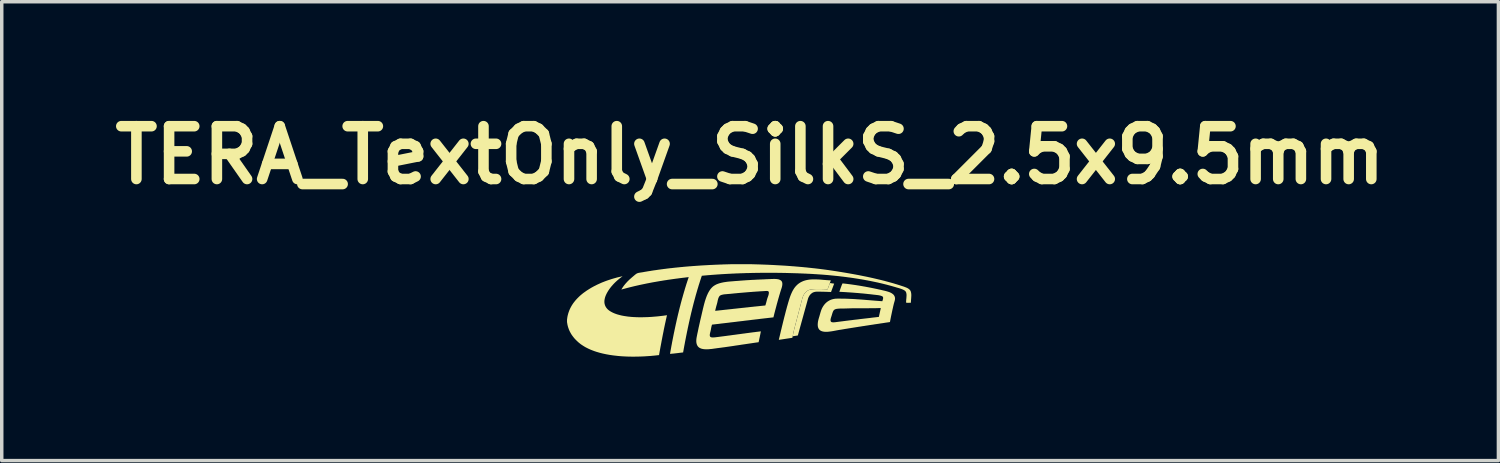
<source format=kicad_pcb>
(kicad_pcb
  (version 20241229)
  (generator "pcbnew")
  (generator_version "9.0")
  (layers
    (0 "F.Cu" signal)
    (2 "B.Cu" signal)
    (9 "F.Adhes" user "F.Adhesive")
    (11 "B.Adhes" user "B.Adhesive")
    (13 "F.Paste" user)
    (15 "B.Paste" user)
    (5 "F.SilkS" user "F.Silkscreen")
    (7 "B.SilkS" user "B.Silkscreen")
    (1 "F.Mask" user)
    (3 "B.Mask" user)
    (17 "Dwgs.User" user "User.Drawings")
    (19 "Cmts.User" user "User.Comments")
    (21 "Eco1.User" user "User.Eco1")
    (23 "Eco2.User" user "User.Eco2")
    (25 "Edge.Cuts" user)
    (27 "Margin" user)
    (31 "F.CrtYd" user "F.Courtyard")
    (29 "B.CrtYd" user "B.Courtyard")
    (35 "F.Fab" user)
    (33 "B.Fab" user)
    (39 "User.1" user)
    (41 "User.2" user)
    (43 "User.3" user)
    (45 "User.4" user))
  (footprint "TERA_TextOnly_SilkS_2.5x9.5mm"
    (layer "F.Cu")
    (at 18.593 5.886)
    (property "Reference" "TERA_TextOnly_SilkS_2.5x9.5mm" (at 0 -4.46 0) (layer "F.SilkS") (effects (font (size 1.524 1.524) (thickness 0.305))))
    (attr smd)
    (fp_poly (pts (xy 1.253 0.648) (xy 1.278 0.544) (xy 1.49 -0.259) (xy 1.493 -0.27) (xy 1.5 -0.299) (xy 1.511 -0.338) (xy 1.515 -0.35) (xy 1.52 -0.366) (xy 1.528 -0.386) (xy 1.538 -0.408) (xy 1.55 -0.432) (xy 1.566 -0.457) (xy 1.584 -0.482) (xy 1.606 -0.506) (xy 1.631 -0.529) (xy 1.66 -0.549) (xy 1.694 -0.566) (xy 1.732 -0.579) (xy 1.774 -0.586) (xy 1.817 -0.59) (xy 1.861 -0.593) (xy 1.906 -0.595) (xy 1.951 -0.596) (xy 1.995 -0.596) (xy 2.038 -0.595) (xy 2.078 -0.594) (xy 2.116 -0.593) (xy 2.15 -0.591) (xy 2.179 -0.59) (xy 2.203 -0.588) (xy 2.221 -0.587) (xy 2.232 -0.586) (xy 2.236 -0.586) (xy 2.303 -0.769) (xy 2.426 -0.752) (xy 2.336 -0.51) (xy 2.331 -0.51) (xy 2.318 -0.511) (xy 2.296 -0.512) (xy 2.269 -0.513) (xy 2.235 -0.514) (xy 2.196 -0.516) (xy 2.154 -0.517) (xy 2.108 -0.518) (xy 2.061 -0.519) (xy 2.012 -0.52) (xy 1.964 -0.52) (xy 1.916 -0.52) (xy 1.872 -0.515) (xy 1.833 -0.504) (xy 1.799 -0.488) (xy 1.77 -0.467) (xy 1.745 -0.444) (xy 1.724 -0.42) (xy 1.708 -0.395) (xy 1.695 -0.372) (xy 1.685 -0.352) (xy 1.678 -0.336) (xy 1.675 -0.325) (xy 1.673 -0.322) (xy 1.378 0.744) (xy 1.23 0.767) (xy 1.253 0.648) (xy 1.253 0.648)) (stroke (width 0) (type solid)) (fill yes) (layer "F.SilkS"))
    (fp_poly (pts (xy 1.22 0.811) (xy 0.829 0.87) (xy 0.829 0.868) (xy 0.831 0.862) (xy 0.833 0.852) (xy 0.836 0.839) (xy 0.84 0.822) (xy 0.845 0.802) (xy 0.851 0.778) (xy 0.857 0.752) (xy 0.864 0.724) (xy 0.871 0.693) (xy 0.879 0.659) (xy 0.887 0.624) (xy 0.896 0.587) (xy 0.906 0.548) (xy 0.915 0.508) (xy 0.925 0.467) (xy 0.936 0.424) (xy 0.946 0.381) (xy 0.957 0.337) (xy 0.968 0.293) (xy 0.979 0.249) (xy 0.99 0.205) (xy 1.002 0.161) (xy 1.013 0.117) (xy 1.024 0.074) (xy 1.035 0.032) (xy 1.046 -0.009) (xy 1.057 -0.049) (xy 1.067 -0.088) (xy 1.078 -0.125) (xy 1.088 -0.16) (xy 1.097 -0.193) (xy 1.108 -0.228) (xy 1.118 -0.263) (xy 1.129 -0.297) (xy 1.14 -0.331) (xy 1.151 -0.365) (xy 1.163 -0.397) (xy 1.175 -0.429) (xy 1.188 -0.46) (xy 1.202 -0.491) (xy 1.216 -0.521) (xy 1.231 -0.55) (xy 1.247 -0.577) (xy 1.264 -0.605) (xy 1.282 -0.631) (xy 1.301 -0.656) (xy 1.321 -0.679) (xy 1.342 -0.701) (xy 1.364 -0.722) (xy 1.387 -0.742) (xy 1.412 -0.76) (xy 1.437 -0.777) (xy 1.464 -0.793) (xy 1.492 -0.807) (xy 1.521 -0.82) (xy 1.551 -0.832) (xy 1.583 -0.842) (xy 1.615 -0.851) (xy 1.65 -0.858) (xy 1.685 -0.864) (xy 1.722 -0.869) (xy 1.76 -0.872) (xy 1.795 -0.874) (xy 1.83 -0.875) (xy 1.864 -0.875) (xy 1.898 -0.875) (xy 1.932 -0.873) (xy 1.966 -0.872) (xy 1.999 -0.87) (xy 2.032 -0.868) (xy 2.065 -0.865) (xy 2.098 -0.862) (xy 2.131 -0.859) (xy 2.164 -0.857) (xy 2.197 -0.854) (xy 2.23 -0.852) (xy 2.263 -0.849) (xy 2.296 -0.848) (xy 2.329 -0.846) (xy 2.321 -0.82) (xy 2.311 -0.795) (xy 2.303 -0.769) (xy 2.236 -0.586) (xy 2.232 -0.586) (xy 2.221 -0.587) (xy 2.203 -0.588) (xy 2.179 -0.59) (xy 2.15 -0.591) (xy 2.116 -0.593) (xy 2.078 -0.594) (xy 2.038 -0.595) (xy 1.995 -0.596) (xy 1.951 -0.596) (xy 1.906 -0.595) (xy 1.861 -0.593) (xy 1.817 -0.59) (xy 1.774 -0.586) (xy 1.732 -0.579) (xy 1.694 -0.566) (xy 1.66 -0.549) (xy 1.631 -0.529) (xy 1.606 -0.506) (xy 1.584 -0.482) (xy 1.566 -0.457) (xy 1.55 -0.432) (xy 1.538 -0.408) (xy 1.528 -0.386) (xy 1.52 -0.366) (xy 1.515 -0.35) (xy 1.511 -0.338) (xy 1.5 -0.299) (xy 1.493 -0.27) (xy 1.49 -0.259) (xy 1.278 0.544) (xy 1.253 0.648) (xy 1.23 0.767) (xy 1.223 0.795) (xy 1.22 0.811)) (stroke (width 0) (type solid)) (fill yes) (layer "F.SilkS"))
    (fp_poly (pts (xy -2.398 0.159) (xy -2.405 0.192) (xy -2.413 0.225) (xy -2.42 0.258) (xy -2.428 0.292) (xy -2.435 0.325) (xy -2.442 0.358) (xy -2.45 0.392) (xy -2.457 0.425) (xy -2.464 0.459) (xy -2.471 0.492) (xy -2.478 0.526) (xy -2.485 0.559) (xy -2.492 0.593) (xy -2.498 0.627) (xy -2.505 0.661) (xy -2.512 0.695) (xy -2.519 0.729) (xy -2.525 0.762) (xy -2.532 0.796) (xy -2.538 0.831) (xy -2.545 0.865) (xy -2.552 0.899) (xy -2.558 0.933) (xy -2.564 0.967) (xy -2.571 1.001) (xy -2.577 1.035) (xy -2.584 1.07) (xy -2.59 1.104) (xy -2.596 1.138) (xy -2.602 1.173) (xy -2.609 1.207) (xy -2.615 1.241) (xy -2.621 1.276) (xy -2.627 1.31) (xy -2.664 1.314) (xy -2.701 1.318) (xy -2.738 1.322) (xy -2.775 1.326) (xy -2.812 1.329) (xy -2.85 1.333) (xy -2.887 1.336) (xy -2.924 1.338) (xy -2.962 1.341) (xy -2.999 1.343) (xy -3.037 1.346) (xy -3.074 1.348) (xy -3.111 1.349) (xy -3.149 1.351) (xy -3.186 1.352) (xy -3.224 1.353) (xy -3.261 1.354) (xy -3.298 1.354) (xy -3.336 1.355) (xy -3.373 1.355) (xy -3.41 1.355) (xy -3.447 1.354) (xy -3.484 1.353) (xy -3.521 1.353) (xy -3.557 1.351) (xy -3.594 1.35) (xy -3.63 1.348) (xy -3.666 1.346) (xy -3.703 1.344) (xy -3.739 1.341) (xy -3.774 1.338) (xy -3.81 1.335) (xy -3.845 1.331) (xy -3.88 1.327) (xy -3.915 1.323) (xy -3.95 1.319) (xy -3.985 1.314) (xy -4.019 1.309) (xy -4.053 1.304) (xy -4.087 1.298) (xy -4.12 1.292) (xy -4.153 1.286) (xy -4.186 1.279) (xy -4.219 1.272) (xy -4.251 1.265) (xy -4.283 1.257) (xy -4.315 1.249) (xy -4.346 1.241) (xy -4.377 1.232) (xy -4.407 1.223) (xy -4.438 1.214) (xy -4.467 1.204) (xy -4.497 1.194) (xy -4.526 1.183) (xy -4.555 1.172) (xy -4.583 1.161) (xy -4.61 1.15) (xy -4.638 1.137) (xy -4.665 1.125) (xy -4.691 1.112) (xy -4.717 1.099) (xy -4.743 1.086) (xy -4.767 1.072) (xy -4.792 1.057) (xy -4.816 1.042) (xy -4.839 1.027) (xy -4.862 1.012) (xy -4.885 0.996) (xy -4.907 0.979) (xy -4.928 0.962) (xy -4.949 0.945) (xy -4.972 0.924) (xy -4.995 0.903) (xy -5.017 0.881) (xy -5.039 0.859) (xy -5.061 0.836) (xy -5.081 0.812) (xy -5.101 0.787) (xy -5.12 0.762) (xy -5.139 0.736) (xy -5.157 0.709) (xy -5.173 0.682) (xy -5.189 0.653) (xy -5.204 0.624) (xy -5.218 0.594) (xy -5.231 0.562) (xy -5.242 0.53) (xy -5.253 0.498) (xy -5.262 0.464) (xy -5.27 0.429) (xy -5.276 0.393) (xy -5.282 0.357) (xy -5.282 0.289) (xy -5.277 0.251) (xy -5.272 0.214) (xy -5.265 0.178) (xy -5.256 0.143) (xy -5.247 0.109) (xy -5.236 0.075) (xy -5.224 0.042) (xy -5.212 0.01) (xy -5.198 -0.021) (xy -5.183 -0.052) (xy -5.167 -0.082) (xy -5.151 -0.111) (xy -5.133 -0.14) (xy -5.115 -0.168) (xy -5.096 -0.195) (xy -5.076 -0.221) (xy -5.055 -0.247) (xy -5.034 -0.273) (xy -5.012 -0.297) (xy -4.99 -0.321) (xy -4.967 -0.344) (xy -4.944 -0.367) (xy -4.921 -0.389) (xy -4.897 -0.411) (xy -4.872 -0.432) (xy -4.848 -0.452) (xy -4.823 -0.472) (xy -4.798 -0.491) (xy -4.772 -0.509) (xy -4.747 -0.527) (xy -4.722 -0.545) (xy -4.696 -0.562) (xy -4.669 -0.579) (xy -4.641 -0.597) (xy -4.613 -0.614) (xy -4.585 -0.631) (xy -4.556 -0.647) (xy -4.527 -0.663) (xy -4.498 -0.679) (xy -4.468 -0.694) (xy -4.438 -0.709) (xy -4.408 -0.724) (xy -4.377 -0.738) (xy -4.346 -0.752) (xy -4.315 -0.766) (xy -4.284 -0.78) (xy -4.252 -0.793) (xy -4.22 -0.805) (xy -4.188 -0.818) (xy -4.155 -0.83) (xy -4.122 -0.842) (xy -4.089 -0.853) (xy -4.056 -0.864) (xy -4.023 -0.875) (xy -3.989 -0.886) (xy -3.955 -0.896) (xy -3.921 -0.906) (xy -3.887 -0.915) (xy -3.853 -0.925) (xy -3.818 -0.934) (xy -3.783 -0.942) (xy -3.748 -0.95) (xy -3.713 -0.958) (xy -3.678 -0.966) (xy -3.705 -0.946) (xy -3.731 -0.926) (xy -3.757 -0.906) (xy -3.783 -0.885) (xy -3.808 -0.864) (xy -3.834 -0.842) (xy -3.858 -0.82) (xy -3.883 -0.797) (xy -3.907 -0.774) (xy -3.93 -0.75) (xy -3.953 -0.726) (xy -3.975 -0.701) (xy -3.997 -0.676) (xy -4.018 -0.65) (xy -4.039 -0.623) (xy -4.059 -0.596) (xy -4.078 -0.568) (xy -4.097 -0.539) (xy -4.114 -0.51) (xy -4.129 -0.484) (xy -4.144 -0.455) (xy -4.158 -0.425) (xy -4.171 -0.394) (xy -4.182 -0.362) (xy -4.191 -0.329) (xy -4.198 -0.295) (xy -4.203 -0.261) (xy -4.204 -0.226) (xy -4.202 -0.192) (xy -4.195 -0.158) (xy -4.185 -0.125) (xy -4.172 -0.096) (xy -4.156 -0.068) (xy -4.137 -0.042) (xy -4.116 -0.018) (xy -4.092 0.004) (xy -4.067 0.024) (xy -4.04 0.042) (xy -4.011 0.059) (xy -3.982 0.075) (xy -3.957 0.087) (xy -3.931 0.099) (xy -3.904 0.11) (xy -3.877 0.12) (xy -3.849 0.13) (xy -3.82 0.139) (xy -3.79 0.147) (xy -3.76 0.155) (xy -3.729 0.163) (xy -3.698 0.17) (xy -3.666 0.176) (xy -3.634 0.182) (xy -3.601 0.187) (xy -3.567 0.192) (xy -3.534 0.197) (xy -3.499 0.201) (xy -3.465 0.204) (xy -3.43 0.208) (xy -3.395 0.21) (xy -3.359 0.213) (xy -3.323 0.214) (xy -3.287 0.216) (xy -3.251 0.217) (xy -3.215 0.218) (xy -3.178 0.218) (xy -3.141 0.218) (xy -3.105 0.218) (xy -3.068 0.217) (xy -3.031 0.216) (xy -2.994 0.215) (xy -2.958 0.214) (xy -2.921 0.212) (xy -2.884 0.21) (xy -2.848 0.208) (xy -2.811 0.205) (xy -2.775 0.202) (xy -2.739 0.199) (xy -2.704 0.196) (xy -2.668 0.193) (xy -2.633 0.189) (xy -2.598 0.185) (xy -2.564 0.181) (xy -2.53 0.177) (xy -2.496 0.173) (xy -2.463 0.168) (xy -2.43 0.164) (xy -2.398 0.159)) (stroke (width 0) (type solid)) (fill yes) (layer "F.SilkS"))
    (fp_poly (pts (xy 4.182 -0.339) (xy 3.716 0.208) (xy 3.723 0.176) (xy 3.73 0.144) (xy 3.737 0.113) (xy 3.744 0.081) (xy 3.751 0.049) (xy 3.758 0.017) (xy 3.765 -0.015) (xy 3.771 -0.048) (xy 3.738 -0.047) (xy 3.704 -0.046) (xy 3.671 -0.045) (xy 3.637 -0.044) (xy 3.602 -0.044) (xy 3.568 -0.043) (xy 3.533 -0.043) (xy 3.498 -0.043) (xy 3.462 -0.043) (xy 3.427 -0.042) (xy 3.391 -0.042) (xy 3.356 -0.042) (xy 3.32 -0.042) (xy 3.284 -0.042) (xy 3.248 -0.042) (xy 3.212 -0.042) (xy 3.176 -0.042) (xy 3.14 -0.042) (xy 3.104 -0.042) (xy 3.068 -0.042) (xy 3.032 -0.042) (xy 2.996 -0.041) (xy 2.96 -0.041) (xy 2.925 -0.04) (xy 2.889 -0.039) (xy 2.854 -0.038) (xy 2.819 -0.037) (xy 2.784 -0.036) (xy 2.749 -0.035) (xy 2.714 -0.034) (xy 2.679 -0.033) (xy 2.644 -0.033) (xy 2.609 -0.033) (xy 2.575 -0.032) (xy 2.543 -0.029) (xy 2.512 -0.026) (xy 2.484 -0.021) (xy 2.458 -0.013) (xy 2.436 -0.002) (xy 2.417 0.014) (xy 2.401 0.036) (xy 2.388 0.064) (xy 2.377 0.095) (xy 2.367 0.127) (xy 2.358 0.159) (xy 2.349 0.187) (xy 2.338 0.219) (xy 2.328 0.253) (xy 2.321 0.287) (xy 2.322 0.318) (xy 2.332 0.344) (xy 2.349 0.357) (xy 2.374 0.363) (xy 2.404 0.365) (xy 2.436 0.363) (xy 2.467 0.36) (xy 2.494 0.356) (xy 2.529 0.352) (xy 2.565 0.347) (xy 2.6 0.343) (xy 2.635 0.338) (xy 2.67 0.334) (xy 2.705 0.329) (xy 2.74 0.325) (xy 2.775 0.32) (xy 2.811 0.316) (xy 2.846 0.311) (xy 2.881 0.307) (xy 2.916 0.303) (xy 2.951 0.299) (xy 2.985 0.294) (xy 3.02 0.29) (xy 3.055 0.286) (xy 3.09 0.282) (xy 3.125 0.278) (xy 3.16 0.273) (xy 3.195 0.269) (xy 3.229 0.265) (xy 3.264 0.261) (xy 3.299 0.257) (xy 3.334 0.253) (xy 3.369 0.249) (xy 3.403 0.245) (xy 3.438 0.241) (xy 3.473 0.237) (xy 3.508 0.232) (xy 3.542 0.228) (xy 3.577 0.224) (xy 3.612 0.22) (xy 3.647 0.216) (xy 3.681 0.212) (xy 3.716 0.208) (xy 3.716 0.208) (xy 4.182 -0.339) (xy 4.182 -0.309) (xy 4.178 -0.28) (xy 4.171 -0.251) (xy 4.162 -0.221) (xy 4.154 -0.193) (xy 4.146 -0.164) (xy 4.139 -0.132) (xy 4.131 -0.101) (xy 4.124 -0.068) (xy 4.117 -0.036) (xy 4.109 -0.003) (xy 4.102 0.03) (xy 4.095 0.063) (xy 4.088 0.096) (xy 4.081 0.129) (xy 4.074 0.162) (xy 4.067 0.195) (xy 4.061 0.227) (xy 4.054 0.26) (xy 4.048 0.292) (xy 4.042 0.325) (xy 4.036 0.356) (xy 4.001 0.362) (xy 3.966 0.367) (xy 3.931 0.372) (xy 3.896 0.377) (xy 3.862 0.383) (xy 3.827 0.388) (xy 3.792 0.393) (xy 3.757 0.398) (xy 3.723 0.404) (xy 3.688 0.409) (xy 3.654 0.414) (xy 3.619 0.419) (xy 3.584 0.424) (xy 3.55 0.43) (xy 3.515 0.435) (xy 3.481 0.44) (xy 3.446 0.445) (xy 3.412 0.451) (xy 3.377 0.456) (xy 3.343 0.461) (xy 3.308 0.467) (xy 3.274 0.472) (xy 3.239 0.477) (xy 3.204 0.483) (xy 3.17 0.488) (xy 3.135 0.493) (xy 3.101 0.499) (xy 3.066 0.504) (xy 3.031 0.51) (xy 2.997 0.515) (xy 2.962 0.521) (xy 2.927 0.526) (xy 2.893 0.532) (xy 2.858 0.537) (xy 2.823 0.543) (xy 2.788 0.549) (xy 2.753 0.554) (xy 2.718 0.56) (xy 2.683 0.566) (xy 2.648 0.572) (xy 2.613 0.578) (xy 2.578 0.583) (xy 2.542 0.589) (xy 2.516 0.594) (xy 2.488 0.599) (xy 2.459 0.605) (xy 2.43 0.61) (xy 2.399 0.616) (xy 2.368 0.621) (xy 2.337 0.626) (xy 2.305 0.63) (xy 2.274 0.634) (xy 2.243 0.637) (xy 2.212 0.638) (xy 2.182 0.638) (xy 2.153 0.637) (xy 2.125 0.634) (xy 2.099 0.629) (xy 2.074 0.622) (xy 2.051 0.613) (xy 2.029 0.601) (xy 2.01 0.587) (xy 1.993 0.57) (xy 1.979 0.55) (xy 1.968 0.526) (xy 1.959 0.5) (xy 1.954 0.47) (xy 1.952 0.436) (xy 1.953 0.403) (xy 1.956 0.37) (xy 1.961 0.336) (xy 1.968 0.304) (xy 1.976 0.272) (xy 1.985 0.241) (xy 1.994 0.211) (xy 2.003 0.182) (xy 2.012 0.148) (xy 2.022 0.115) (xy 2.031 0.082) (xy 2.041 0.051) (xy 2.051 0.02) (xy 2.062 -0.009) (xy 2.075 -0.039) (xy 2.09 -0.067) (xy 2.106 -0.094) (xy 2.123 -0.12) (xy 2.142 -0.145) (xy 2.162 -0.169) (xy 2.184 -0.191) (xy 2.207 -0.212) (xy 2.231 -0.231) (xy 2.257 -0.248) (xy 2.284 -0.264) (xy 2.312 -0.278) (xy 2.342 -0.29) (xy 2.373 -0.3) (xy 2.405 -0.308) (xy 2.439 -0.314) (xy 2.474 -0.318) (xy 2.51 -0.319) (xy 2.547 -0.32) (xy 2.584 -0.32) (xy 2.621 -0.319) (xy 2.657 -0.319) (xy 2.694 -0.318) (xy 2.73 -0.318) (xy 2.766 -0.317) (xy 2.801 -0.316) (xy 2.837 -0.314) (xy 2.872 -0.313) (xy 2.907 -0.311) (xy 2.942 -0.31) (xy 2.977 -0.308) (xy 3.012 -0.306) (xy 3.046 -0.304) (xy 3.081 -0.301) (xy 3.115 -0.299) (xy 3.149 -0.297) (xy 3.183 -0.294) (xy 3.217 -0.292) (xy 3.251 -0.289) (xy 3.284 -0.287) (xy 3.318 -0.284) (xy 3.351 -0.281) (xy 3.385 -0.278) (xy 3.418 -0.276) (xy 3.452 -0.273) (xy 3.485 -0.27) (xy 3.518 -0.267) (xy 3.551 -0.265) (xy 3.584 -0.262) (xy 3.618 -0.259) (xy 3.651 -0.257) (xy 3.684 -0.254) (xy 3.717 -0.252) (xy 3.75 -0.249) (xy 3.783 -0.247) (xy 3.816 -0.245) (xy 3.825 -0.272) (xy 3.834 -0.302) (xy 3.84 -0.334) (xy 3.836 -0.364) (xy 3.825 -0.379) (xy 3.805 -0.391) (xy 3.779 -0.401) (xy 3.747 -0.41) (xy 3.712 -0.417) (xy 3.676 -0.422) (xy 3.639 -0.426) (xy 3.606 -0.43) (xy 3.575 -0.433) (xy 3.551 -0.436) (xy 3.517 -0.44) (xy 3.483 -0.444) (xy 3.449 -0.448) (xy 3.415 -0.451) (xy 3.38 -0.455) (xy 3.345 -0.459) (xy 3.311 -0.462) (xy 3.276 -0.466) (xy 3.241 -0.469) (xy 3.205 -0.472) (xy 3.17 -0.475) (xy 3.135 -0.479) (xy 3.099 -0.482) (xy 3.064 -0.484) (xy 3.029 -0.487) (xy 2.993 -0.49) (xy 2.958 -0.493) (xy 2.923 -0.495) (xy 2.887 -0.498) (xy 2.852 -0.5) (xy 2.817 -0.502) (xy 2.782 -0.505) (xy 2.747 -0.507) (xy 2.712 -0.509) (xy 2.678 -0.511) (xy 2.643 -0.513) (xy 2.609 -0.515) (xy 2.575 -0.516) (xy 2.586 -0.547) (xy 2.598 -0.579) (xy 2.609 -0.612) (xy 2.621 -0.645) (xy 2.633 -0.677) (xy 2.644 -0.707) (xy 2.656 -0.735) (xy 2.669 -0.759) (xy 2.704 -0.755) (xy 2.739 -0.751) (xy 2.774 -0.747) (xy 2.809 -0.743) (xy 2.844 -0.738) (xy 2.879 -0.734) (xy 2.915 -0.729) (xy 2.95 -0.724) (xy 2.985 -0.719) (xy 3.02 -0.714) (xy 3.055 -0.709) (xy 3.09 -0.703) (xy 3.125 -0.698) (xy 3.16 -0.692) (xy 3.195 -0.686) (xy 3.229 -0.68) (xy 3.264 -0.674) (xy 3.299 -0.668) (xy 3.333 -0.662) (xy 3.368 -0.655) (xy 3.402 -0.649) (xy 3.436 -0.642) (xy 3.471 -0.636) (xy 3.505 -0.629) (xy 3.539 -0.622) (xy 3.573 -0.615) (xy 3.606 -0.608) (xy 3.64 -0.601) (xy 3.674 -0.594) (xy 3.707 -0.586) (xy 3.74 -0.579) (xy 3.773 -0.572) (xy 3.806 -0.564) (xy 3.839 -0.556) (xy 3.871 -0.549) (xy 3.901 -0.542) (xy 3.932 -0.534) (xy 3.963 -0.525) (xy 3.995 -0.515) (xy 4.026 -0.504) (xy 4.055 -0.491) (xy 4.083 -0.476) (xy 4.108 -0.459) (xy 4.131 -0.441) (xy 4.15 -0.419) (xy 4.165 -0.395) (xy 4.176 -0.368) (xy 4.182 -0.339)) (stroke (width 0) (type solid)) (fill yes) (layer "F.SilkS"))
    (fp_poly (pts (xy 0.923 -0.798) (xy 0.496 -0.319) (xy 0.503 -0.34) (xy 0.513 -0.368) (xy 0.525 -0.401) (xy 0.535 -0.436) (xy 0.541 -0.47) (xy 0.542 -0.5) (xy 0.535 -0.523) (xy 0.513 -0.537) (xy 0.481 -0.541) (xy 0.441 -0.539) (xy 0.408 -0.537) (xy 0.374 -0.535) (xy 0.34 -0.533) (xy 0.306 -0.531) (xy 0.271 -0.529) (xy 0.237 -0.526) (xy 0.202 -0.524) (xy 0.168 -0.522) (xy 0.133 -0.519) (xy 0.098 -0.517) (xy 0.063 -0.514) (xy 0.027 -0.511) (xy -0.008 -0.509) (xy -0.043 -0.506) (xy -0.079 -0.503) (xy -0.114 -0.5) (xy -0.149 -0.497) (xy -0.185 -0.494) (xy -0.22 -0.491) (xy -0.255 -0.488) (xy -0.29 -0.485) (xy -0.325 -0.482) (xy -0.361 -0.479) (xy -0.395 -0.475) (xy -0.43 -0.472) (xy -0.465 -0.469) (xy -0.499 -0.465) (xy -0.534 -0.462) (xy -0.568 -0.458) (xy -0.598 -0.456) (xy -0.631 -0.453) (xy -0.666 -0.45) (xy -0.702 -0.447) (xy -0.737 -0.444) (xy -0.771 -0.439) (xy -0.803 -0.432) (xy -0.832 -0.424) (xy -0.856 -0.413) (xy -0.875 -0.4) (xy -0.893 -0.378) (xy -0.907 -0.351) (xy -0.919 -0.32) (xy -0.928 -0.287) (xy -0.936 -0.254) (xy -0.942 -0.222) (xy -0.949 -0.193) (xy -0.958 -0.16) (xy -0.967 -0.128) (xy -0.976 -0.097) (xy -0.984 -0.065) (xy -0.992 -0.034) (xy -1 -0.001) (xy -1.008 0.033) (xy -0.973 0.029) (xy -0.939 0.026) (xy -0.904 0.022) (xy -0.87 0.018) (xy -0.835 0.015) (xy -0.801 0.011) (xy -0.766 0.007) (xy -0.732 0.003) (xy -0.698 -0.000445) (xy -0.663 -0.004) (xy -0.629 -0.008) (xy -0.594 -0.012) (xy -0.56 -0.015) (xy -0.525 -0.019) (xy -0.491 -0.023) (xy -0.456 -0.027) (xy -0.422 -0.03) (xy -0.388 -0.034) (xy -0.353 -0.038) (xy -0.319 -0.042) (xy -0.284 -0.045) (xy -0.25 -0.049) (xy -0.215 -0.053) (xy -0.181 -0.056) (xy -0.146 -0.06) (xy -0.112 -0.064) (xy -0.077 -0.067) (xy -0.043 -0.071) (xy -0.008 -0.075) (xy 0.026 -0.079) (xy 0.061 -0.082) (xy 0.095 -0.086) (xy 0.13 -0.09) (xy 0.164 -0.093) (xy 0.199 -0.097) (xy 0.233 -0.1) (xy 0.268 -0.104) (xy 0.303 -0.108) (xy 0.337 -0.111) (xy 0.372 -0.115) (xy 0.406 -0.118) (xy 0.441 -0.122) (xy 0.451 -0.155) (xy 0.46 -0.187) (xy 0.469 -0.218) (xy 0.477 -0.25) (xy 0.486 -0.283) (xy 0.496 -0.319) (xy 0.923 -0.798) (xy 0.93 -0.767) (xy 0.931 -0.734) (xy 0.928 -0.701) (xy 0.921 -0.666) (xy 0.912 -0.632) (xy 0.901 -0.598) (xy 0.89 -0.566) (xy 0.881 -0.536) (xy 0.871 -0.505) (xy 0.862 -0.473) (xy 0.852 -0.44) (xy 0.842 -0.408) (xy 0.833 -0.374) (xy 0.823 -0.341) (xy 0.813 -0.307) (xy 0.804 -0.273) (xy 0.794 -0.239) (xy 0.785 -0.204) (xy 0.775 -0.17) (xy 0.766 -0.136) (xy 0.757 -0.101) (xy 0.748 -0.067) (xy 0.739 -0.034) (xy 0.73 -0.000036) (xy 0.721 0.033) (xy 0.713 0.066) (xy 0.704 0.098) (xy 0.696 0.13) (xy 0.689 0.161) (xy 0.681 0.191) (xy 0.674 0.221) (xy 0.639 0.225) (xy 0.604 0.229) (xy 0.569 0.233) (xy 0.534 0.237) (xy 0.5 0.241) (xy 0.465 0.245) (xy 0.43 0.249) (xy 0.395 0.253) (xy 0.361 0.257) (xy 0.326 0.261) (xy 0.291 0.265) (xy 0.256 0.27) (xy 0.222 0.274) (xy 0.187 0.278) (xy 0.152 0.282) (xy 0.117 0.286) (xy 0.083 0.29) (xy 0.048 0.294) (xy 0.013 0.299) (xy -0.021 0.303) (xy -0.056 0.307) (xy -0.091 0.311) (xy -0.126 0.315) (xy -0.16 0.319) (xy -0.195 0.324) (xy -0.23 0.328) (xy -0.264 0.332) (xy -0.299 0.336) (xy -0.334 0.34) (xy -0.368 0.344) (xy -0.403 0.349) (xy -0.438 0.353) (xy -0.472 0.357) (xy -0.507 0.361) (xy -0.542 0.365) (xy -0.577 0.369) (xy -0.611 0.374) (xy -0.646 0.378) (xy -0.681 0.382) (xy -0.715 0.386) (xy -0.75 0.39) (xy -0.785 0.394) (xy -0.82 0.398) (xy -0.854 0.402) (xy -0.889 0.407) (xy -0.924 0.411) (xy -0.959 0.415) (xy -0.994 0.419) (xy -1.028 0.423) (xy -1.063 0.427) (xy -1.098 0.431) (xy -1.108 0.462) (xy -1.116 0.495) (xy -1.123 0.528) (xy -1.129 0.564) (xy -1.137 0.602) (xy -1.143 0.628) (xy -1.151 0.658) (xy -1.158 0.691) (xy -1.163 0.723) (xy -1.162 0.752) (xy -1.153 0.777) (xy -1.136 0.791) (xy -1.109 0.799) (xy -1.077 0.801) (xy -1.042 0.8) (xy -1.008 0.797) (xy -0.978 0.793) (xy -0.944 0.789) (xy -0.909 0.785) (xy -0.875 0.78) (xy -0.84 0.776) (xy -0.805 0.771) (xy -0.77 0.767) (xy -0.735 0.762) (xy -0.7 0.758) (xy -0.665 0.753) (xy -0.63 0.748) (xy -0.594 0.744) (xy -0.559 0.739) (xy -0.523 0.734) (xy -0.488 0.729) (xy -0.453 0.725) (xy -0.417 0.72) (xy -0.382 0.715) (xy -0.346 0.71) (xy -0.311 0.706) (xy -0.276 0.701) (xy -0.24 0.696) (xy -0.205 0.691) (xy -0.17 0.687) (xy -0.135 0.682) (xy -0.1 0.677) (xy -0.065 0.673) (xy -0.03 0.668) (xy 0.005 0.663) (xy 0.039 0.659) (xy 0.074 0.654) (xy 0.108 0.65) (xy 0.143 0.646) (xy 0.177 0.641) (xy 0.211 0.637) (xy 0.245 0.633) (xy 0.278 0.629) (xy 0.312 0.625) (xy 0.305 0.657) (xy 0.299 0.688) (xy 0.293 0.719) (xy 0.286 0.751) (xy 0.28 0.782) (xy 0.273 0.813) (xy 0.266 0.844) (xy 0.26 0.876) (xy 0.253 0.907) (xy 0.247 0.938) (xy 0.214 0.943) (xy 0.181 0.947) (xy 0.147 0.952) (xy 0.114 0.957) (xy 0.08 0.962) (xy 0.047 0.967) (xy 0.013 0.972) (xy -0.021 0.977) (xy -0.055 0.982) (xy -0.089 0.987) (xy -0.123 0.992) (xy -0.157 0.997) (xy -0.192 1.002) (xy -0.226 1.007) (xy -0.261 1.012) (xy -0.295 1.018) (xy -0.33 1.023) (xy -0.365 1.028) (xy -0.399 1.033) (xy -0.434 1.038) (xy -0.469 1.044) (xy -0.503 1.049) (xy -0.538 1.054) (xy -0.573 1.059) (xy -0.608 1.064) (xy -0.643 1.069) (xy -0.677 1.074) (xy -0.712 1.079) (xy -0.747 1.084) (xy -0.782 1.088) (xy -0.816 1.093) (xy -0.851 1.098) (xy -0.886 1.102) (xy -0.92 1.107) (xy -0.949 1.11) (xy -0.979 1.115) (xy -1.01 1.119) (xy -1.041 1.123) (xy -1.073 1.128) (xy -1.104 1.132) (xy -1.136 1.135) (xy -1.168 1.138) (xy -1.199 1.141) (xy -1.23 1.142) (xy -1.261 1.143) (xy -1.29 1.142) (xy -1.319 1.14) (xy -1.347 1.137) (xy -1.374 1.132) (xy -1.4 1.126) (xy -1.424 1.117) (xy -1.446 1.107) (xy -1.467 1.095) (xy -1.486 1.08) (xy -1.503 1.063) (xy -1.517 1.043) (xy -1.529 1.02) (xy -1.539 0.995) (xy -1.546 0.967) (xy -1.551 0.935) (xy -1.552 0.902) (xy -1.551 0.869) (xy -1.548 0.837) (xy -1.543 0.804) (xy -1.537 0.773) (xy -1.531 0.742) (xy -1.525 0.712) (xy -1.518 0.677) (xy -1.51 0.643) (xy -1.503 0.609) (xy -1.496 0.575) (xy -1.489 0.541) (xy -1.482 0.507) (xy -1.474 0.474) (xy -1.467 0.44) (xy -1.459 0.407) (xy -1.452 0.374) (xy -1.444 0.34) (xy -1.437 0.306) (xy -1.429 0.273) (xy -1.421 0.239) (xy -1.413 0.205) (xy -1.405 0.171) (xy -1.397 0.136) (xy -1.389 0.101) (xy -1.381 0.067) (xy -1.373 0.033) (xy -1.365 -0.001) (xy -1.357 -0.036) (xy -1.348 -0.071) (xy -1.34 -0.105) (xy -1.331 -0.14) (xy -1.322 -0.175) (xy -1.312 -0.209) (xy -1.303 -0.243) (xy -1.292 -0.276) (xy -1.281 -0.31) (xy -1.27 -0.342) (xy -1.258 -0.374) (xy -1.246 -0.406) (xy -1.232 -0.436) (xy -1.219 -0.466) (xy -1.204 -0.495) (xy -1.188 -0.523) (xy -1.172 -0.55) (xy -1.155 -0.575) (xy -1.137 -0.6) (xy -1.117 -0.623) (xy -1.097 -0.644) (xy -1.076 -0.664) (xy -1.053 -0.682) (xy -1.029 -0.698) (xy -1.003 -0.713) (xy -0.977 -0.727) (xy -0.949 -0.739) (xy -0.92 -0.75) (xy -0.89 -0.76) (xy -0.859 -0.769) (xy -0.828 -0.777) (xy -0.795 -0.784) (xy -0.762 -0.791) (xy -0.728 -0.796) (xy -0.694 -0.801) (xy -0.659 -0.806) (xy -0.624 -0.81) (xy -0.588 -0.813) (xy -0.552 -0.816) (xy -0.515 -0.819) (xy -0.479 -0.822) (xy -0.442 -0.825) (xy -0.405 -0.828) (xy -0.368 -0.83) (xy -0.332 -0.833) (xy -0.297 -0.836) (xy -0.262 -0.839) (xy -0.227 -0.841) (xy -0.193 -0.844) (xy -0.158 -0.846) (xy -0.124 -0.849) (xy -0.089 -0.851) (xy -0.055 -0.853) (xy -0.02 -0.855) (xy 0.014 -0.857) (xy 0.048 -0.859) (xy 0.083 -0.861) (xy 0.117 -0.862) (xy 0.152 -0.864) (xy 0.186 -0.866) (xy 0.221 -0.868) (xy 0.256 -0.869) (xy 0.29 -0.871) (xy 0.325 -0.872) (xy 0.36 -0.874) (xy 0.395 -0.875) (xy 0.431 -0.877) (xy 0.466 -0.879) (xy 0.502 -0.88) (xy 0.537 -0.882) (xy 0.573 -0.883) (xy 0.609 -0.885) (xy 0.643 -0.886) (xy 0.677 -0.887) (xy 0.712 -0.887) (xy 0.747 -0.886) (xy 0.781 -0.882) (xy 0.814 -0.877) (xy 0.843 -0.868) (xy 0.87 -0.856) (xy 0.892 -0.841) (xy 0.91 -0.822) (xy 0.923 -0.798)) (stroke (width 0) (type solid)) (fill yes) (layer "F.SilkS"))
    (fp_poly (pts (xy 4.628 -0.546) (xy 4.638 -0.521) (xy 4.645 -0.493) (xy 4.65 -0.462) (xy 4.652 -0.43) (xy 4.652 -0.397) (xy 4.65 -0.363) (xy 4.648 -0.328) (xy 4.645 -0.294) (xy 4.643 -0.261) (xy 4.641 -0.229) (xy 4.641 -0.2) (xy 4.606 -0.2) (xy 4.569 -0.199) (xy 4.534 -0.199) (xy 4.502 -0.203) (xy 4.502 -0.232) (xy 4.504 -0.263) (xy 4.506 -0.296) (xy 4.51 -0.329) (xy 4.512 -0.362) (xy 4.514 -0.395) (xy 4.515 -0.427) (xy 4.512 -0.456) (xy 4.507 -0.484) (xy 4.499 -0.508) (xy 4.486 -0.529) (xy 4.469 -0.546) (xy 4.447 -0.561) (xy 4.422 -0.575) (xy 4.392 -0.588) (xy 4.361 -0.6) (xy 4.328 -0.611) (xy 4.295 -0.622) (xy 4.262 -0.631) (xy 4.23 -0.64) (xy 4.201 -0.649) (xy 4.17 -0.658) (xy 4.139 -0.667) (xy 4.108 -0.676) (xy 4.077 -0.685) (xy 4.046 -0.693) (xy 4.014 -0.702) (xy 3.983 -0.71) (xy 3.951 -0.719) (xy 3.919 -0.727) (xy 3.887 -0.735) (xy 3.855 -0.743) (xy 3.822 -0.751) (xy 3.79 -0.759) (xy 3.757 -0.767) (xy 3.724 -0.774) (xy 3.692 -0.782) (xy 3.659 -0.789) (xy 3.625 -0.796) (xy 3.592 -0.803) (xy 3.559 -0.81) (xy 3.525 -0.817) (xy 3.492 -0.824) (xy 3.458 -0.831) (xy 3.424 -0.837) (xy 3.39 -0.844) (xy 3.356 -0.85) (xy 3.322 -0.856) (xy 3.288 -0.863) (xy 3.253 -0.869) (xy 3.219 -0.875) (xy 3.184 -0.88) (xy 3.149 -0.886) (xy 3.115 -0.892) (xy 3.08 -0.897) (xy 3.045 -0.903) (xy 3.01 -0.908) (xy 2.975 -0.914) (xy 2.939 -0.919) (xy 2.904 -0.924) (xy 2.869 -0.929) (xy 2.833 -0.933) (xy 2.798 -0.938) (xy 2.762 -0.943) (xy 2.726 -0.947) (xy 2.69 -0.952) (xy 2.655 -0.956) (xy 2.619 -0.96) (xy 2.583 -0.965) (xy 2.547 -0.969) (xy 2.511 -0.973) (xy 2.474 -0.976) (xy 2.438 -0.98) (xy 2.402 -0.984) (xy 2.365 -0.987) (xy 2.329 -0.991) (xy 2.293 -0.994) (xy 2.256 -0.998) (xy 2.219 -1.001) (xy 2.183 -1.004) (xy 2.146 -1.007) (xy 2.11 -1.01) (xy 2.073 -1.013) (xy 2.036 -1.015) (xy 1.999 -1.018) (xy 1.962 -1.02) (xy 1.926 -1.023) (xy 1.889 -1.025) (xy 1.852 -1.027) (xy 1.815 -1.03) (xy 1.778 -1.032) (xy 1.741 -1.034) (xy 1.705 -1.036) (xy 1.67 -1.037) (xy 1.634 -1.039) (xy 1.599 -1.041) (xy 1.563 -1.042) (xy 1.528 -1.044) (xy 1.492 -1.045) (xy 1.456 -1.047) (xy 1.421 -1.048) (xy 1.385 -1.05) (xy 1.349 -1.051) (xy 1.313 -1.052) (xy 1.277 -1.053) (xy 1.242 -1.054) (xy 1.206 -1.055) (xy 1.17 -1.056) (xy 1.134 -1.057) (xy 1.098 -1.058) (xy 1.062 -1.059) (xy 1.026 -1.06) (xy 0.99 -1.061) (xy 0.954 -1.061) (xy 0.917 -1.062) (xy 0.881 -1.062) (xy 0.845 -1.063) (xy 0.809 -1.063) (xy 0.773 -1.064) (xy 0.737 -1.064) (xy 0.701 -1.064) (xy 0.665 -1.065) (xy 0.629 -1.065) (xy 0.593 -1.065) (xy 0.557 -1.065) (xy 0.52 -1.065) (xy 0.484 -1.065) (xy 0.448 -1.065) (xy 0.412 -1.065) (xy 0.376 -1.064) (xy 0.34 -1.064) (xy 0.304 -1.064) (xy 0.268 -1.063) (xy 0.232 -1.063) (xy 0.197 -1.063) (xy 0.161 -1.062) (xy 0.125 -1.061) (xy 0.089 -1.061) (xy 0.053 -1.06) (xy 0.018 -1.059) (xy -0.018 -1.058) (xy -0.054 -1.057) (xy -0.089 -1.057) (xy -0.125 -1.056) (xy -0.161 -1.054) (xy -0.196 -1.053) (xy -0.231 -1.052) (xy -0.267 -1.051) (xy -0.302 -1.05) (xy -0.337 -1.048) (xy -0.373 -1.047) (xy -0.408 -1.046) (xy -0.443 -1.044) (xy -0.478 -1.042) (xy -0.513 -1.041) (xy -0.548 -1.039) (xy -0.582 -1.037) (xy -0.617 -1.036) (xy -0.652 -1.034) (xy -0.686 -1.032) (xy -0.721 -1.03) (xy -0.755 -1.028) (xy -0.79 -1.026) (xy -0.824 -1.024) (xy -0.858 -1.022) (xy -0.892 -1.019) (xy -0.926 -1.017) (xy -0.96 -1.015) (xy -0.994 -1.012) (xy -1.028 -1.01) (xy -1.062 -1.007) (xy -1.095 -1.005) (xy -1.128 -1.002) (xy -1.162 -0.999) (xy -1.195 -0.997) (xy -1.228 -0.994) (xy -1.261 -0.991) (xy -1.294 -0.988) (xy -1.327 -0.985) (xy -1.36 -0.982) (xy -1.392 -0.979) (xy -1.403 -0.947) (xy -1.414 -0.916) (xy -1.424 -0.884) (xy -1.435 -0.852) (xy -1.445 -0.82) (xy -1.455 -0.788) (xy -1.465 -0.756) (xy -1.476 -0.723) (xy -1.486 -0.691) (xy -1.495 -0.659) (xy -1.505 -0.626) (xy -1.515 -0.594) (xy -1.525 -0.561) (xy -1.534 -0.528) (xy -1.544 -0.495) (xy -1.553 -0.463) (xy -1.563 -0.43) (xy -1.572 -0.397) (xy -1.581 -0.363) (xy -1.59 -0.33) (xy -1.599 -0.297) (xy -1.608 -0.264) (xy -1.617 -0.23) (xy -1.626 -0.197) (xy -1.635 -0.163) (xy -1.643 -0.129) (xy -1.652 -0.096) (xy -1.66 -0.062) (xy -1.669 -0.028) (xy -1.677 0.006) (xy -1.685 0.04) (xy -1.694 0.074) (xy -1.702 0.108) (xy -1.71 0.143) (xy -1.718 0.177) (xy -1.726 0.211) (xy -1.734 0.246) (xy -1.742 0.28) (xy -1.749 0.315) (xy -1.757 0.349) (xy -1.765 0.384) (xy -1.772 0.419) (xy -1.78 0.454) (xy -1.787 0.489) (xy -1.795 0.523) (xy -1.802 0.558) (xy -1.809 0.593) (xy -1.817 0.629) (xy -1.824 0.664) (xy -1.831 0.699) (xy -1.838 0.734) (xy -1.845 0.769) (xy -1.852 0.805) (xy -1.859 0.84) (xy -1.866 0.876) (xy -1.873 0.911) (xy -1.88 0.947) (xy -1.886 0.982) (xy -1.893 1.018) (xy -1.9 1.054) (xy -1.906 1.089) (xy -1.913 1.125) (xy -1.919 1.161) (xy -1.926 1.197) (xy -1.932 1.233) (xy -1.966 1.237) (xy -2.001 1.241) (xy -2.035 1.245) (xy -2.07 1.25) (xy -2.106 1.254) (xy -2.141 1.258) (xy -2.175 1.262) (xy -2.21 1.266) (xy -2.244 1.269) (xy -2.278 1.272) (xy -2.31 1.275) (xy -2.304 1.239) (xy -2.298 1.203) (xy -2.291 1.167) (xy -2.285 1.131) (xy -2.278 1.095) (xy -2.272 1.059) (xy -2.265 1.023) (xy -2.258 0.988) (xy -2.252 0.952) (xy -2.245 0.916) (xy -2.238 0.881) (xy -2.231 0.845) (xy -2.224 0.81) (xy -2.217 0.775) (xy -2.21 0.739) (xy -2.203 0.704) (xy -2.196 0.669) (xy -2.188 0.634) (xy -2.181 0.599) (xy -2.174 0.564) (xy -2.166 0.529) (xy -2.159 0.494) (xy -2.151 0.459) (xy -2.144 0.424) (xy -2.136 0.389) (xy -2.128 0.355) (xy -2.121 0.32) (xy -2.113 0.286) (xy -2.105 0.251) (xy -2.097 0.217) (xy -2.089 0.182) (xy -2.081 0.148) (xy -2.073 0.114) (xy -2.064 0.08) (xy -2.056 0.046) (xy -2.048 0.012) (xy -2.039 -0.022) (xy -2.031 -0.056) (xy -2.022 -0.09) (xy -2.013 -0.123) (xy -2.005 -0.157) (xy -1.996 -0.191) (xy -1.987 -0.224) (xy -1.978 -0.257) (xy -1.969 -0.291) (xy -1.96 -0.324) (xy -1.95 -0.357) (xy -1.941 -0.39) (xy -1.932 -0.423) (xy -1.922 -0.456) (xy -1.913 -0.489) (xy -1.903 -0.522) (xy -1.893 -0.554) (xy -1.884 -0.587) (xy -1.874 -0.62) (xy -1.864 -0.652) (xy -1.854 -0.684) (xy -1.844 -0.717) (xy -1.834 -0.749) (xy -1.823 -0.781) (xy -1.813 -0.813) (xy -1.802 -0.845) (xy -1.792 -0.877) (xy -1.781 -0.908) (xy -1.77 -0.94) (xy -1.807 -0.936) (xy -1.843 -0.932) (xy -1.879 -0.927) (xy -1.915 -0.923) (xy -1.951 -0.919) (xy -1.987 -0.914) (xy -2.023 -0.91) (xy -2.059 -0.905) (xy -2.094 -0.9) (xy -2.13 -0.896) (xy -2.166 -0.891) (xy -2.201 -0.886) (xy -2.237 -0.881) (xy -2.272 -0.876) (xy -2.307 -0.871) (xy -2.343 -0.866) (xy -2.378 -0.861) (xy -2.413 -0.855) (xy -2.448 -0.85) (xy -2.483 -0.845) (xy -2.518 -0.839) (xy -2.552 -0.833) (xy -2.587 -0.828) (xy -2.622 -0.822) (xy -2.656 -0.816) (xy -2.691 -0.81) (xy -2.725 -0.804) (xy -2.759 -0.798) (xy -2.794 -0.792) (xy -2.828 -0.786) (xy -2.862 -0.779) (xy -2.896 -0.773) (xy -2.929 -0.766) (xy -2.963 -0.76) (xy -2.997 -0.753) (xy -3.03 -0.746) (xy -3.064 -0.739) (xy -3.097 -0.732) (xy -3.131 -0.725) (xy -3.164 -0.718) (xy -3.197 -0.711) (xy -3.23 -0.703) (xy -3.263 -0.696) (xy -3.296 -0.688) (xy -3.329 -0.681) (xy -3.361 -0.673) (xy -3.394 -0.665) (xy -3.426 -0.657) (xy -3.459 -0.649) (xy -3.491 -0.641) (xy -3.523 -0.633) (xy -3.555 -0.624) (xy -3.587 -0.616) (xy -3.619 -0.607) (xy -3.651 -0.599) (xy -3.682 -0.59) (xy -3.714 -0.581) (xy -3.697 -0.61) (xy -3.68 -0.637) (xy -3.661 -0.665) (xy -3.642 -0.692) (xy -3.621 -0.718) (xy -3.6 -0.744) (xy -3.578 -0.769) (xy -3.555 -0.794) (xy -3.532 -0.819) (xy -3.508 -0.842) (xy -3.484 -0.866) (xy -3.459 -0.888) (xy -3.434 -0.91) (xy -3.409 -0.932) (xy -3.384 -0.953) (xy -3.358 -0.975) (xy -3.331 -0.998) (xy -3.303 -1.021) (xy -3.276 -1.04) (xy -3.248 -1.053) (xy -3.221 -1.061) (xy -3.19 -1.067) (xy -3.158 -1.072) (xy -3.125 -1.077) (xy -3.093 -1.082) (xy -3.061 -1.088) (xy -3.028 -1.094) (xy -2.996 -1.099) (xy -2.964 -1.105) (xy -2.931 -1.11) (xy -2.899 -1.115) (xy -2.866 -1.12) (xy -2.833 -1.126) (xy -2.8 -1.131) (xy -2.767 -1.136) (xy -2.734 -1.14) (xy -2.701 -1.145) (xy -2.668 -1.15) (xy -2.634 -1.155) (xy -2.601 -1.159) (xy -2.567 -1.164) (xy -2.534 -1.168) (xy -2.5 -1.173) (xy -2.466 -1.177) (xy -2.432 -1.181) (xy -2.398 -1.186) (xy -2.364 -1.19) (xy -2.33 -1.194) (xy -2.296 -1.198) (xy -2.262 -1.201) (xy -2.228 -1.205) (xy -2.193 -1.209) (xy -2.159 -1.213) (xy -2.124 -1.216) (xy -2.09 -1.22) (xy -2.055 -1.223) (xy -2.02 -1.227) (xy -1.986 -1.23) (xy -1.951 -1.233) (xy -1.916 -1.237) (xy -1.881 -1.24) (xy -1.846 -1.243) (xy -1.811 -1.246) (xy -1.776 -1.249) (xy -1.741 -1.252) (xy -1.705 -1.254) (xy -1.67 -1.257) (xy -1.635 -1.26) (xy -1.599 -1.262) (xy -1.564 -1.265) (xy -1.528 -1.267) (xy -1.493 -1.27) (xy -1.457 -1.272) (xy -1.422 -1.275) (xy -1.386 -1.277) (xy -1.35 -1.279) (xy -1.315 -1.281) (xy -1.279 -1.283) (xy -1.243 -1.285) (xy -1.207 -1.287) (xy -1.172 -1.289) (xy -1.136 -1.291) (xy -1.1 -1.292) (xy -1.064 -1.294) (xy -1.028 -1.296) (xy -0.992 -1.297) (xy -0.956 -1.299) (xy -0.92 -1.3) (xy -0.884 -1.302) (xy -0.847 -1.303) (xy -0.811 -1.304) (xy -0.775 -1.306) (xy -0.739 -1.307) (xy -0.703 -1.308) (xy -0.667 -1.309) (xy -0.63 -1.31) (xy -0.594 -1.311) (xy -0.558 -1.312) (xy 0.046 -1.312) (xy 0.083 -1.311) (xy 0.119 -1.31) (xy 0.155 -1.309) (xy 0.191 -1.308) (xy 0.227 -1.307) (xy 0.263 -1.306) (xy 0.299 -1.305) (xy 0.335 -1.303) (xy 0.371 -1.302) (xy 0.407 -1.301) (xy 0.442 -1.299) (xy 0.478 -1.298) (xy 0.514 -1.297) (xy 0.55 -1.295) (xy 0.585 -1.293) (xy 0.621 -1.292) (xy 0.657 -1.29) (xy 0.692 -1.288) (xy 0.728 -1.286) (xy 0.763 -1.284) (xy 0.799 -1.282) (xy 0.834 -1.28) (xy 0.87 -1.278) (xy 0.905 -1.276) (xy 0.94 -1.274) (xy 0.975 -1.272) (xy 1.011 -1.27) (xy 1.046 -1.267) (xy 1.081 -1.265) (xy 1.116 -1.262) (xy 1.151 -1.26) (xy 1.186 -1.257) (xy 1.221 -1.254) (xy 1.256 -1.252) (xy 1.291 -1.249) (xy 1.326 -1.246) (xy 1.36 -1.243) (xy 1.395 -1.24) (xy 1.43 -1.237) (xy 1.464 -1.234) (xy 1.499 -1.231) (xy 1.534 -1.228) (xy 1.568 -1.224) (xy 1.602 -1.221) (xy 1.637 -1.218) (xy 1.671 -1.214) (xy 1.706 -1.21) (xy 1.74 -1.207) (xy 1.774 -1.203) (xy 1.808 -1.199) (xy 1.842 -1.196) (xy 1.876 -1.192) (xy 1.91 -1.188) (xy 1.944 -1.184) (xy 1.978 -1.18) (xy 2.012 -1.176) (xy 2.046 -1.171) (xy 2.08 -1.167) (xy 2.113 -1.163) (xy 2.147 -1.158) (xy 2.181 -1.154) (xy 2.214 -1.149) (xy 2.248 -1.145) (xy 2.281 -1.14) (xy 2.314 -1.135) (xy 2.348 -1.13) (xy 2.381 -1.125) (xy 2.414 -1.12) (xy 2.447 -1.115) (xy 2.48 -1.11) (xy 2.513 -1.105) (xy 2.549 -1.099) (xy 2.585 -1.093) (xy 2.62 -1.088) (xy 2.656 -1.082) (xy 2.691 -1.076) (xy 2.727 -1.07) (xy 2.762 -1.064) (xy 2.798 -1.058) (xy 2.833 -1.052) (xy 2.869 -1.046) (xy 2.904 -1.039) (xy 2.939 -1.033) (xy 2.974 -1.027) (xy 3.01 -1.02) (xy 3.045 -1.014) (xy 3.08 -1.007) (xy 3.115 -1.001) (xy 3.15 -0.994) (xy 3.185 -0.987) (xy 3.22 -0.98) (xy 3.254 -0.973) (xy 3.289 -0.966) (xy 3.324 -0.959) (xy 3.358 -0.952) (xy 3.393 -0.945) (xy 3.427 -0.937) (xy 3.462 -0.93) (xy 3.496 -0.922) (xy 3.53 -0.915) (xy 3.564 -0.907) (xy 3.598 -0.899) (xy 3.632 -0.891) (xy 3.666 -0.883) (xy 3.7 -0.875) (xy 3.734 -0.867) (xy 3.767 -0.859) (xy 3.801 -0.851) (xy 3.834 -0.842) (xy 3.868 -0.834) (xy 3.901 -0.825) (xy 3.934 -0.816) (xy 3.967 -0.807) (xy 4 -0.798) (xy 4.033 -0.789) (xy 4.066 -0.78) (xy 4.098 -0.771) (xy 4.131 -0.762) (xy 4.163 -0.752) (xy 4.195 -0.742) (xy 4.227 -0.733) (xy 4.259 -0.723) (xy 4.291 -0.713) (xy 4.323 -0.703) (xy 4.355 -0.692) (xy 4.386 -0.682) (xy 4.418 -0.672) (xy 4.449 -0.661) (xy 4.48 -0.649) (xy 4.511 -0.637) (xy 4.541 -0.623) (xy 4.568 -0.607) (xy 4.592 -0.589) (xy 4.612 -0.569) (xy 4.628 -0.546) (xy 4.628 -0.546)) (stroke (width 0) (type solid)) (fill yes) (layer "F.SilkS")))
  (gr_rect
    (start -3 -3)
    (end 40.186 10.241)
    (stroke (width 0.1) (type default))
    (fill no)
    (layer "Edge.Cuts")))
</source>
